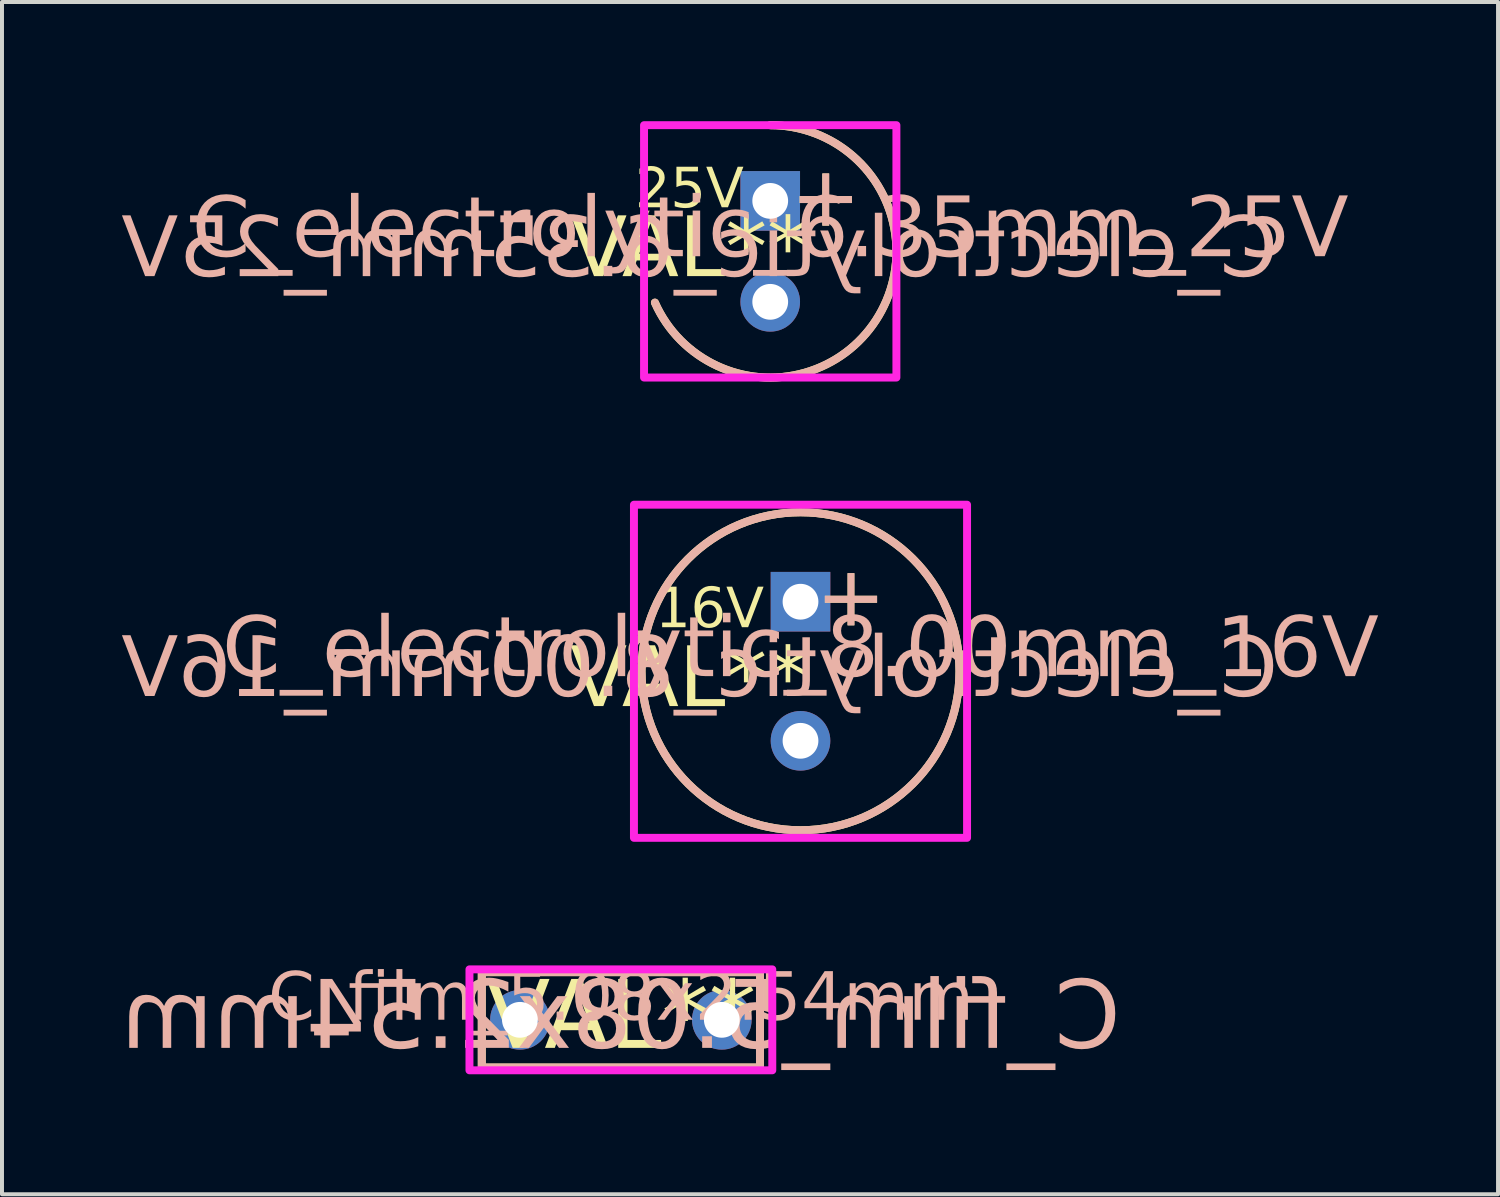
<source format=kicad_pcb>
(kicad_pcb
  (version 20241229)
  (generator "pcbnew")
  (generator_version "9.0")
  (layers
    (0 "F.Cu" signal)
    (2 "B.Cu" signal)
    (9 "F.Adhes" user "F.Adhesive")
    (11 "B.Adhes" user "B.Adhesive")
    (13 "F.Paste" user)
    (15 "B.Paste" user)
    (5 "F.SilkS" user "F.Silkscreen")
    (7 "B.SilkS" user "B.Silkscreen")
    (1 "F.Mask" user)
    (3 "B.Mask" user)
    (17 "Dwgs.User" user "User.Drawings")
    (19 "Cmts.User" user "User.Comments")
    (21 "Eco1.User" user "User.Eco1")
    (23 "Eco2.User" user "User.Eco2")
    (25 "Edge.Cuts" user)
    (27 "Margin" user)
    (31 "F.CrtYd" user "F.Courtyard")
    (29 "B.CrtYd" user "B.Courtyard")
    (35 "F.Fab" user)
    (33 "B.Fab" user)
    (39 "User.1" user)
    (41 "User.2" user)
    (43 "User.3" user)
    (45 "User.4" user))
  (footprint "C_electrolytic_6.35mm_25V"
    (layer "F.Cu")
    (at 16.331 3.275)
    (property "Reference" "C_electrolytic_6.35mm_25V" (at 0 -0.5 0) (unlocked yes) (layer "B.SilkS") (effects (font (face "Milk Run") (size 1.5 1.5) (thickness 0.1))))
    (property "Value" "VAL**" (at 0 1 0) (unlocked yes) (layer "F.SilkS") (hide yes) (effects (font (face "Milk Run") (size 1.5 1.5) (thickness 0.1))))
    (attr through_hole)
    (fp_arc (start 0 -3.175) (mid 2.662214 1.730099) (end -2.901351 1.289492) (stroke (width 0.2) (type default)) (layer "F.SilkS"))
    (fp_arc (start 0 -3.175) (mid 2.662214 1.730099) (end -2.901351 1.289492) (stroke (width 0.2) (type default)) (layer "B.SilkS"))
    (fp_rect (start -3.175 -3.175) (end 3.175 3.175) (stroke (width 0.2) (type default)) (fill no) (layer "F.CrtYd"))
    (fp_text user "+" (at 1.397 -1.27 0) (unlocked yes) (layer "F.SilkS") (effects (font (face "Milk Run") (size 1.5 1.5) (thickness 0.1))))
    (fp_text user "${VALUE}" (at -2.032 0 0) (layer "F.SilkS") (effects (font (face "Milk Run") (size 1.5 1.5) (thickness 0.1))))
    (fp_text user "25V" (at -2.032 -1.524 0) (unlocked yes) (layer "F.SilkS") (effects (font (face "Milk Run") (size 1 1) (thickness 0.1))))
    (fp_text user "+" (at 1.397 -1.27 0) (unlocked yes) (layer "B.SilkS") (effects (font (face "Milk Run") (size 1.5 1.5) (thickness 0.1)) (justify mirror)))
    (fp_text user "${REFERENCE}" (at -1.778 0 0) (layer "B.SilkS") (effects (font (face "Milk Run") (size 1.5 1.5) (thickness 0.1)) (justify mirror)))
    (pad "1" thru_hole rect (at 0 -1.27) (size 1.5 1.5) (drill 0.9) (layers "*.Cu" "*.Mask"))
    (pad "2" thru_hole circle (at 0 1.27) (size 1.5 1.5) (drill 0.9) (layers "*.Cu" "*.Mask")))
  (footprint "C_film_5.08x2.54mm"
    (layer "F.Cu")
    (at 12.573 22.612)
    (property "Reference" "C_film_5.08x2.54mm" (at 0 -0.5 0) (unlocked yes) (layer "B.SilkS") (effects (font (face "Milk Run") (size 1.2 1.2) (thickness 0.1))))
    (property "Value" "VAL**" (at 0 1 0) (unlocked yes) (layer "F.SilkS") (hide yes) (effects (font (face "Milk Run") (size 1.2 1.2) (thickness 0.1))))
    (attr through_hole)
    (fp_rect (start -3.5 -1.2) (end 3.5 1.2) (stroke (width 0.2) (type default)) (fill no) (layer "F.SilkS"))
    (fp_rect (start -3.5 -1.2) (end 3.5 1.2) (stroke (width 0.2) (type default)) (fill no) (layer "B.SilkS"))
    (fp_rect (start -3.81 -1.27) (end 3.81 1.27) (stroke (width 0.2) (type default)) (fill no) (layer "F.CrtYd"))
    (fp_text user "${VALUE}" (at 0 0 0) (layer "F.SilkS") (effects (font (face "Milk Run") (size 1.7 1.7) (thickness 0.1))))
    (fp_text user "${REFERENCE}" (at 0 0 0) (layer "B.SilkS") (effects (font (face "Milk Run") (size 1.7 1.7) (thickness 0.1)) (justify mirror)))
    (pad "1" thru_hole circle (at -2.54 0) (size 1.5 1.5) (drill 0.9) (layers "*.Cu" "*.Mask"))
    (pad "2" thru_hole circle (at 2.54 0) (size 1.5 1.5) (drill 0.9) (layers "*.Cu" "*.Mask")))
  (footprint "C_electrolytic_8.00mm_16V"
    (layer "F.Cu")
    (at 17.093 13.841)
    (property "Reference" "C_electrolytic_8.00mm_16V" (at 0 -0.5 0) (unlocked yes) (layer "B.SilkS") (effects (font (face "Milk Run") (size 1.5 1.5) (thickness 0.1))))
    (property "Value" "VAL**" (at 0 1 0) (unlocked yes) (layer "F.SilkS") (hide yes) (effects (font (face "Milk Run") (size 1.5 1.5) (thickness 0.1))))
    (attr through_hole)
    (fp_circle (center 0 0) (end 0 -4) (stroke (width 0.2) (type default)) (fill no) (layer "F.SilkS"))
    (fp_circle (center 0 0) (end 0 -4) (stroke (width 0.2) (type default)) (fill no) (layer "B.SilkS"))
    (fp_rect (start -4.191 -4.191) (end 4.191 4.191) (stroke (width 0.2) (type default)) (fill no) (layer "F.CrtYd"))
    (fp_text user "16V" (at -2.286 -1.524 0) (unlocked yes) (layer "F.SilkS") (effects (font (face "Milk Run") (size 1 1) (thickness 0.1))))
    (fp_text user "+" (at 1.27 -1.778 0) (unlocked yes) (layer "F.SilkS") (effects (font (face "Milk Run") (size 1.5 1.5) (thickness 0.1))))
    (fp_text user "${VALUE}" (at -2.794 0.254 0) (layer "F.SilkS") (effects (font (face "Milk Run") (size 1.5 1.5) (thickness 0.1))))
    (fp_text user "${REFERENCE}" (at -2.54 0 0) (layer "B.SilkS") (effects (font (face "Milk Run") (size 1.5 1.5) (thickness 0.1)) (justify mirror)))
    (fp_text user "+" (at 1.27 -1.778 0) (unlocked yes) (layer "B.SilkS") (effects (font (face "Milk Run") (size 1.5 1.5) (thickness 0.1)) (justify mirror)))
    (pad "1" thru_hole rect (at 0 -1.75) (size 1.5 1.5) (drill 0.9) (layers "*.Cu" "*.Mask"))
    (pad "2" thru_hole circle (at 0 1.75) (size 1.5 1.5) (drill 0.9) (layers "*.Cu" "*.Mask")))
  (gr_rect
    (start -3 -3)
    (end 34.645 27.001)
    (stroke (width 0.1) (type default))
    (fill no)
    (layer "Edge.Cuts")))
</source>
